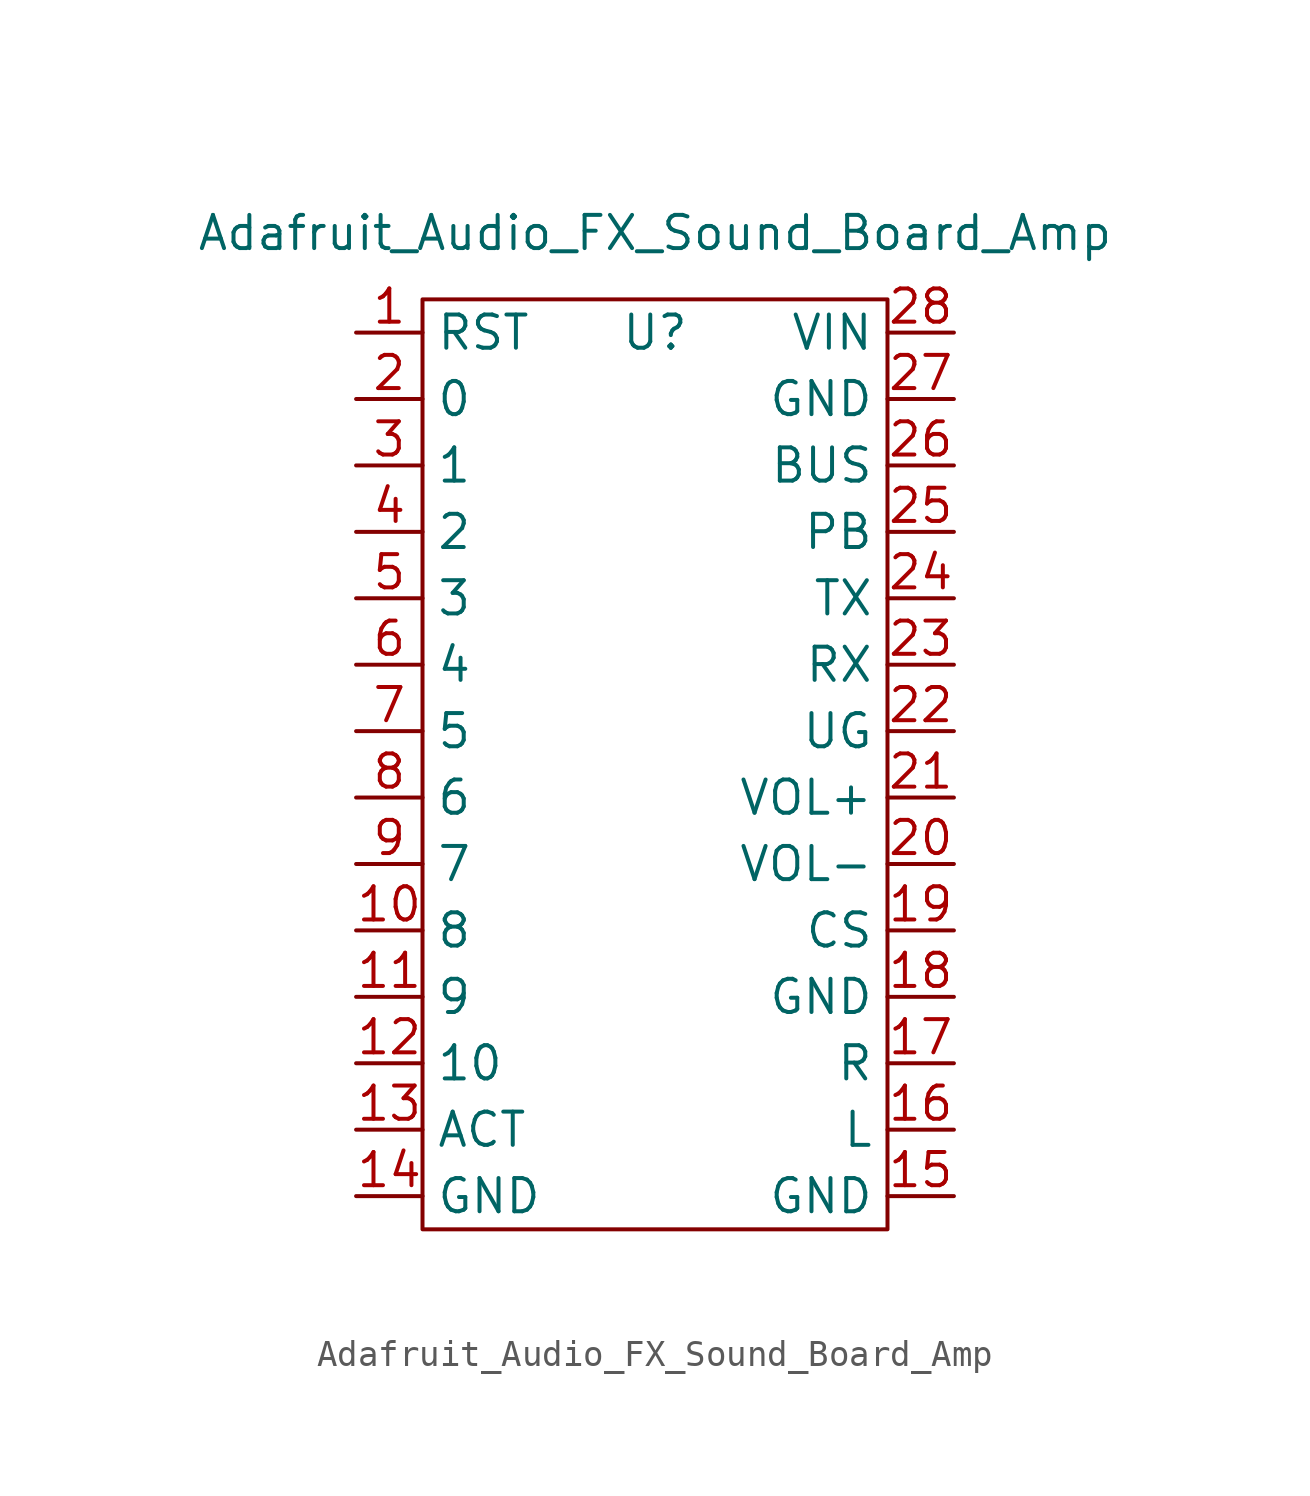
<source format=kicad_sym>
(kicad_symbol_lib
  (version 20211014)
  (generator kicad_symbol_editor)
  (symbol "Adafruit_Audio_FX_Sound_Board_Amp"
    (property "Reference" "U"
      (at 0 21.59 0)
      (effects (font (size 1.27 1.27))))
    (property "Value" "Adafruit_Audio_FX_Sound_Board_Amp"
      (at 0 25.4 0)
      (effects (font (size 1.27 1.27))))
    (symbol "Adafruit_Audio_FX_Sound_Board_Amp_0_1"
      (rectangle (start -8.89 22.86) (end 8.89 -12.7) (stroke (width 0) (type default) (color 0 0 0 0)) (fill (type none))))
    (symbol "Adafruit_Audio_FX_Sound_Board_Amp_1_1"
      (pin passive line (at -11.43 21.59 0) (length 2.54) (name "RST" (effects (font (size 1.27 1.27)))) (number "1" (effects (font (size 1.27 1.27)))))
      (pin passive line (at -11.43 -1.27 0) (length 2.54) (name "8" (effects (font (size 1.27 1.27)))) (number "10" (effects (font (size 1.27 1.27)))))
      (pin passive line (at -11.43 -3.81 0) (length 2.54) (name "9" (effects (font (size 1.27 1.27)))) (number "11" (effects (font (size 1.27 1.27)))))
      (pin passive line (at -11.43 -6.35 0) (length 2.54) (name "10" (effects (font (size 1.27 1.27)))) (number "12" (effects (font (size 1.27 1.27)))))
      (pin passive line (at -11.43 -8.89 0) (length 2.54) (name "ACT" (effects (font (size 1.27 1.27)))) (number "13" (effects (font (size 1.27 1.27)))))
      (pin passive line (at -11.43 -11.43 0) (length 2.54) (name "GND" (effects (font (size 1.27 1.27)))) (number "14" (effects (font (size 1.27 1.27)))))
      (pin passive line (at 11.43 -11.43 180) (length 2.54) (name "GND" (effects (font (size 1.27 1.27)))) (number "15" (effects (font (size 1.27 1.27)))))
      (pin passive line (at 11.43 -8.89 180) (length 2.54) (name "L" (effects (font (size 1.27 1.27)))) (number "16" (effects (font (size 1.27 1.27)))))
      (pin passive line (at 11.43 -6.35 180) (length 2.54) (name "R" (effects (font (size 1.27 1.27)))) (number "17" (effects (font (size 1.27 1.27)))))
      (pin passive line (at 11.43 -3.81 180) (length 2.54) (name "GND" (effects (font (size 1.27 1.27)))) (number "18" (effects (font (size 1.27 1.27)))))
      (pin passive line (at 11.43 -1.27 180) (length 2.54) (name "CS" (effects (font (size 1.27 1.27)))) (number "19" (effects (font (size 1.27 1.27)))))
      (pin passive line (at -11.43 19.05 0) (length 2.54) (name "0" (effects (font (size 1.27 1.27)))) (number "2" (effects (font (size 1.27 1.27)))))
      (pin passive line (at 11.43 1.27 180) (length 2.54) (name "VOL-" (effects (font (size 1.27 1.27)))) (number "20" (effects (font (size 1.27 1.27)))))
      (pin passive line (at 11.43 3.81 180) (length 2.54) (name "VOL+" (effects (font (size 1.27 1.27)))) (number "21" (effects (font (size 1.27 1.27)))))
      (pin passive line (at 11.43 6.35 180) (length 2.54) (name "UG" (effects (font (size 1.27 1.27)))) (number "22" (effects (font (size 1.27 1.27)))))
      (pin passive line (at 11.43 8.89 180) (length 2.54) (name "RX" (effects (font (size 1.27 1.27)))) (number "23" (effects (font (size 1.27 1.27)))))
      (pin passive line (at 11.43 11.43 180) (length 2.54) (name "TX" (effects (font (size 1.27 1.27)))) (number "24" (effects (font (size 1.27 1.27)))))
      (pin passive line (at 11.43 13.97 180) (length 2.54) (name "PB" (effects (font (size 1.27 1.27)))) (number "25" (effects (font (size 1.27 1.27)))))
      (pin passive line (at 11.43 16.51 180) (length 2.54) (name "BUS" (effects (font (size 1.27 1.27)))) (number "26" (effects (font (size 1.27 1.27)))))
      (pin passive line (at 11.43 19.05 180) (length 2.54) (name "GND" (effects (font (size 1.27 1.27)))) (number "27" (effects (font (size 1.27 1.27)))))
      (pin passive line (at 11.43 21.59 180) (length 2.54) (name "VIN" (effects (font (size 1.27 1.27)))) (number "28" (effects (font (size 1.27 1.27)))))
      (pin passive line (at -11.43 16.51 0) (length 2.54) (name "1" (effects (font (size 1.27 1.27)))) (number "3" (effects (font (size 1.27 1.27)))))
      (pin passive line (at -11.43 13.97 0) (length 2.54) (name "2" (effects (font (size 1.27 1.27)))) (number "4" (effects (font (size 1.27 1.27)))))
      (pin passive line (at -11.43 11.43 0) (length 2.54) (name "3" (effects (font (size 1.27 1.27)))) (number "5" (effects (font (size 1.27 1.27)))))
      (pin passive line (at -11.43 8.89 0) (length 2.54) (name "4" (effects (font (size 1.27 1.27)))) (number "6" (effects (font (size 1.27 1.27)))))
      (pin passive line (at -11.43 6.35 0) (length 2.54) (name "5" (effects (font (size 1.27 1.27)))) (number "7" (effects (font (size 1.27 1.27)))))
      (pin passive line (at -11.43 3.81 0) (length 2.54) (name "6" (effects (font (size 1.27 1.27)))) (number "8" (effects (font (size 1.27 1.27)))))
      (pin passive line (at -11.43 1.27 0) (length 2.54) (name "7" (effects (font (size 1.27 1.27)))) (number "9" (effects (font (size 1.27 1.27))))))))
</source>
